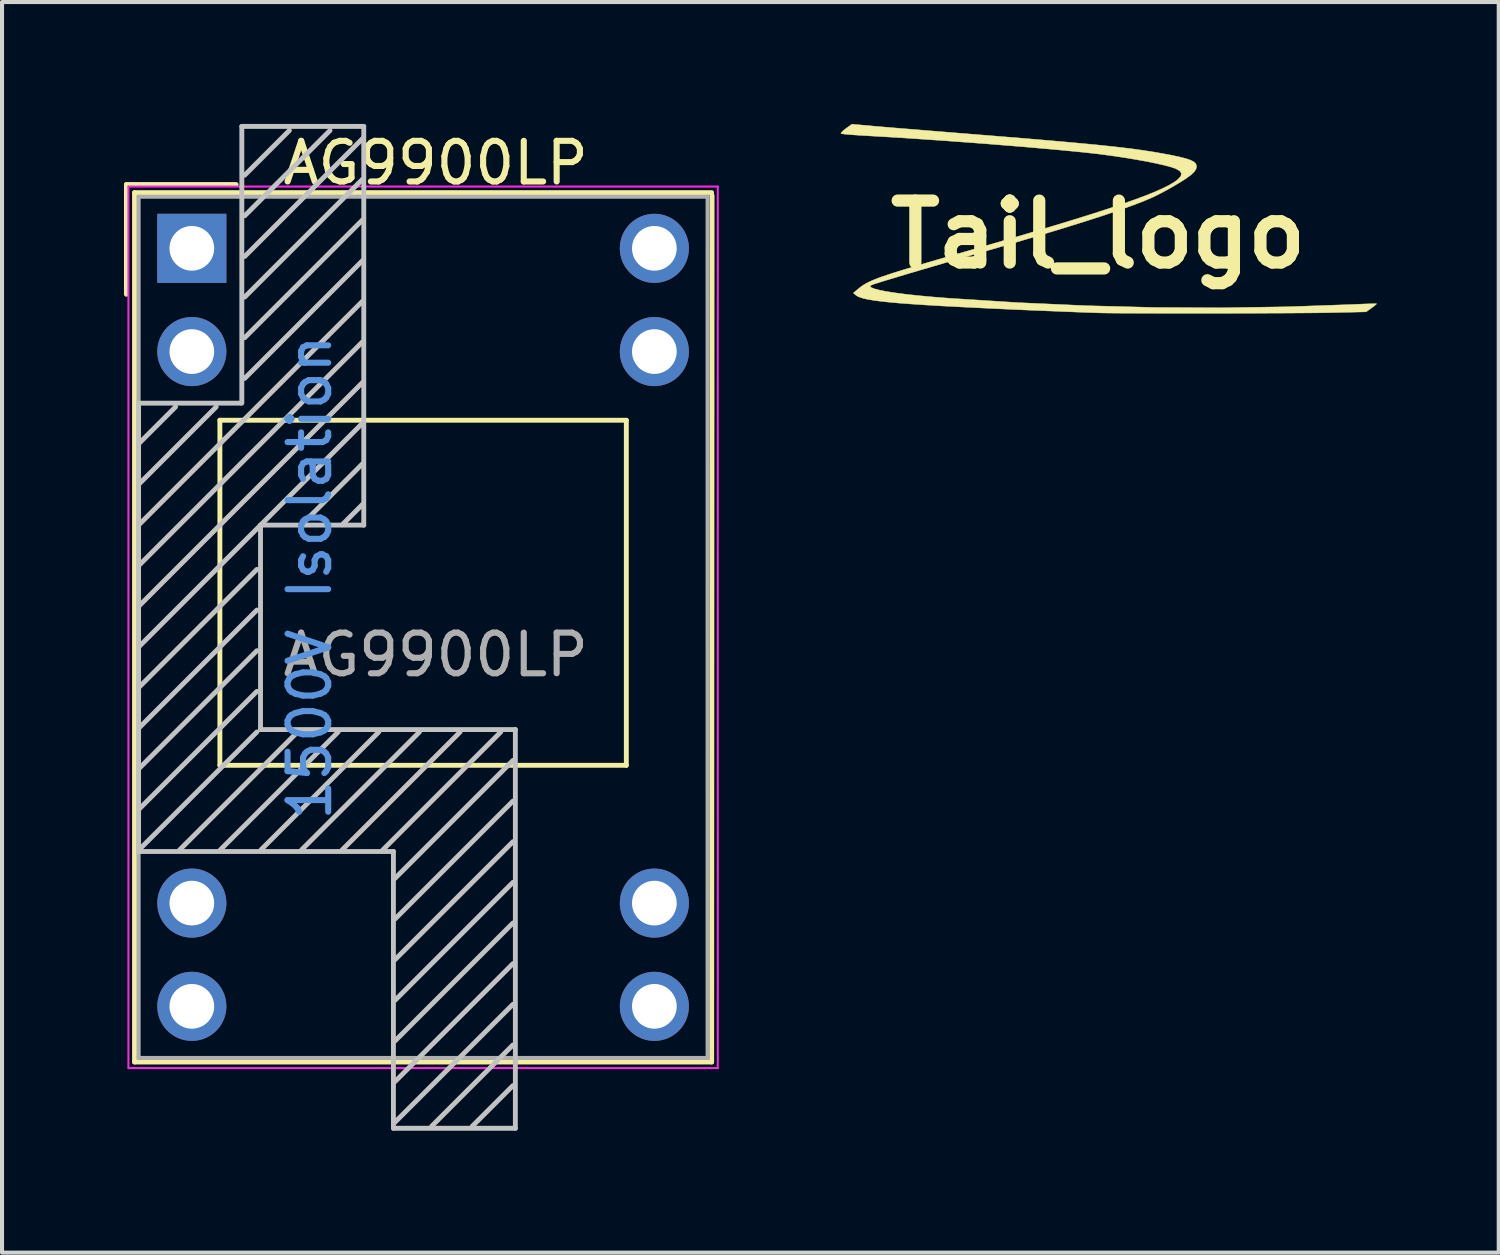
<source format=kicad_pcb>
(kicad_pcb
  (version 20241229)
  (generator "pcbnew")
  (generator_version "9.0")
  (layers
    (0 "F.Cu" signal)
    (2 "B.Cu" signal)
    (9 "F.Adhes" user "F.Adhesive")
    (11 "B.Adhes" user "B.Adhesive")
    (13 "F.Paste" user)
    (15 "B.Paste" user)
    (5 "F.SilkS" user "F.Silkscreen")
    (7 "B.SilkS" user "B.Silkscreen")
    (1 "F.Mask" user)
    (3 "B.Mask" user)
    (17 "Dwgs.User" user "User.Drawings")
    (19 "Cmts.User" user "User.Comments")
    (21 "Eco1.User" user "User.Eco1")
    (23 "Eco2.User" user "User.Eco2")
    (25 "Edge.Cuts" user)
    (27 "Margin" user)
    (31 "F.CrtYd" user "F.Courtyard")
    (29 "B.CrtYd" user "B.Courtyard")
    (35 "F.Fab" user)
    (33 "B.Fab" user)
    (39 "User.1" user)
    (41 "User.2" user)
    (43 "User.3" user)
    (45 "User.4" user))
  (footprint "AG9900LP"
    (layer "F.Cu")
    (at 1.67 3.06)
    (property "Reference" "AG9900LP" (at 6 -2.1 0) (layer "F.SilkS") (effects (font (size 1 1) (thickness 0.15))))
    (attr through_hole)
    (fp_line (start -1.61 -1.57) (end -1.61 1.13) (stroke (width 0.12) (type solid)) (layer "F.SilkS"))
    (fp_line (start -1.41 -1.37) (end -1.41 20.02) (stroke (width 0.12) (type solid)) (layer "F.SilkS"))
    (fp_line (start -1.41 -1.37) (end 12.79 -1.37) (stroke (width 0.12) (type solid)) (layer "F.SilkS"))
    (fp_line (start -1.41 20.02) (end 12.79 20.02) (stroke (width 0.12) (type solid)) (layer "F.SilkS"))
    (fp_line (start 0.69 4.23) (end 0.69 12.72) (stroke (width 0.12) (type solid)) (layer "F.SilkS"))
    (fp_line (start 0.69 4.23) (end 10.69 4.23) (stroke (width 0.12) (type solid)) (layer "F.SilkS"))
    (fp_line (start 0.69 12.72) (end 10.69 12.72) (stroke (width 0.12) (type solid)) (layer "F.SilkS"))
    (fp_line (start 1.09 -1.57) (end -1.61 -1.57) (stroke (width 0.12) (type solid)) (layer "F.SilkS"))
    (fp_line (start 10.69 4.23) (end 10.69 12.72) (stroke (width 0.12) (type solid)) (layer "F.SilkS"))
    (fp_line (start 12.79 20.02) (end 12.8 -1.3) (stroke (width 0.12) (type solid)) (layer "F.SilkS"))
    (fp_line (start -1.31 3.81) (end -1.31 14.84) (stroke (width 0.12) (type solid)) (layer "Dwgs.User"))
    (fp_line (start -1.31 14.84) (end 4.96 14.84) (stroke (width 0.12) (type solid)) (layer "Dwgs.User"))
    (fp_line (start -1.3 4.8) (end -0.4 3.9) (stroke (width 0.12) (type solid)) (layer "Dwgs.User"))
    (fp_line (start -1.3 5.8) (end 0.6 3.9) (stroke (width 0.12) (type solid)) (layer "Dwgs.User"))
    (fp_line (start -1.3 6.8) (end 4.2 1.3) (stroke (width 0.12) (type solid)) (layer "Dwgs.User"))
    (fp_line (start -1.3 7.8) (end 4.2 2.3) (stroke (width 0.12) (type solid)) (layer "Dwgs.User"))
    (fp_line (start -1.3 8.8) (end 4.2 3.3) (stroke (width 0.12) (type solid)) (layer "Dwgs.User"))
    (fp_line (start -1.3 9.8) (end 4.2 4.3) (stroke (width 0.12) (type solid)) (layer "Dwgs.User"))
    (fp_line (start -1.3 13.8) (end 1.6 10.9) (stroke (width 0.12) (type solid)) (layer "Dwgs.User"))
    (fp_line (start -1.3 14.8) (end 1.6 11.9) (stroke (width 0.12) (type solid)) (layer "Dwgs.User"))
    (fp_line (start -0.3 14.8) (end 2.6 11.9) (stroke (width 0.12) (type solid)) (layer "Dwgs.User"))
    (fp_line (start 0.7 14.8) (end 3.6 11.9) (stroke (width 0.12) (type solid)) (layer "Dwgs.User"))
    (fp_line (start 1.2 3.81) (end -1.31 3.81) (stroke (width 0.12) (type solid)) (layer "Dwgs.User"))
    (fp_line (start 1.23 -3) (end 1.23 3.81) (stroke (width 0.12) (type solid)) (layer "Dwgs.User"))
    (fp_line (start 1.23 -3) (end 4.23 -3) (stroke (width 0.12) (type solid)) (layer "Dwgs.User"))
    (fp_line (start 1.3 -1.8) (end 2.4 -2.9) (stroke (width 0.12) (type solid)) (layer "Dwgs.User"))
    (fp_line (start 1.3 -0.8) (end 3.4 -2.9) (stroke (width 0.12) (type solid)) (layer "Dwgs.User"))
    (fp_line (start 1.3 0.2) (end 4.2 -2.7) (stroke (width 0.12) (type solid)) (layer "Dwgs.User"))
    (fp_line (start 1.3 1.2) (end 4.2 -1.7) (stroke (width 0.12) (type solid)) (layer "Dwgs.User"))
    (fp_line (start 1.3 2.2) (end 4.2 -0.7) (stroke (width 0.12) (type solid)) (layer "Dwgs.User"))
    (fp_line (start 1.3 3.2) (end 4.2 0.3) (stroke (width 0.12) (type solid)) (layer "Dwgs.User"))
    (fp_line (start 1.6 7.9) (end -1.3 10.8) (stroke (width 0.12) (type solid)) (layer "Dwgs.User"))
    (fp_line (start 1.6 8.9) (end -1.3 11.8) (stroke (width 0.12) (type solid)) (layer "Dwgs.User"))
    (fp_line (start 1.6 9.9) (end -1.3 12.8) (stroke (width 0.12) (type solid)) (layer "Dwgs.User"))
    (fp_line (start 1.69 6.81) (end 4.23 6.81) (stroke (width 0.12) (type solid)) (layer "Dwgs.User"))
    (fp_line (start 1.69 11.84) (end 1.69 6.81) (stroke (width 0.12) (type solid)) (layer "Dwgs.User"))
    (fp_line (start 1.7 14.8) (end 4.6 11.9) (stroke (width 0.12) (type solid)) (layer "Dwgs.User"))
    (fp_line (start 2.7 14.8) (end 5.6 11.9) (stroke (width 0.12) (type solid)) (layer "Dwgs.User"))
    (fp_line (start 3.7 14.8) (end 6.6 11.9) (stroke (width 0.12) (type solid)) (layer "Dwgs.User"))
    (fp_line (start 4.2 5.3) (end 2.7 6.8) (stroke (width 0.12) (type solid)) (layer "Dwgs.User"))
    (fp_line (start 4.2 6.3) (end 3.7 6.8) (stroke (width 0.12) (type solid)) (layer "Dwgs.User"))
    (fp_line (start 4.23 -3) (end 4.23 6.81) (stroke (width 0.12) (type solid)) (layer "Dwgs.User"))
    (fp_line (start 4.7 14.8) (end 7.6 11.9) (stroke (width 0.12) (type solid)) (layer "Dwgs.User"))
    (fp_line (start 4.96 14.84) (end 4.96 21.65) (stroke (width 0.12) (type solid)) (layer "Dwgs.User"))
    (fp_line (start 4.96 21.65) (end 7.96 21.65) (stroke (width 0.12) (type solid)) (layer "Dwgs.User"))
    (fp_line (start 5 16.5) (end 7.9 13.6) (stroke (width 0.12) (type solid)) (layer "Dwgs.User"))
    (fp_line (start 5 17.5) (end 7.9 14.6) (stroke (width 0.12) (type solid)) (layer "Dwgs.User"))
    (fp_line (start 5 18.5) (end 7.9 15.6) (stroke (width 0.12) (type solid)) (layer "Dwgs.User"))
    (fp_line (start 5 19.5) (end 7.9 16.6) (stroke (width 0.12) (type solid)) (layer "Dwgs.User"))
    (fp_line (start 5 20.5) (end 7.9 17.6) (stroke (width 0.12) (type solid)) (layer "Dwgs.User"))
    (fp_line (start 5 21.5) (end 7.9 18.6) (stroke (width 0.12) (type solid)) (layer "Dwgs.User"))
    (fp_line (start 5.9 21.6) (end 7.9 19.6) (stroke (width 0.12) (type solid)) (layer "Dwgs.User"))
    (fp_line (start 6.9 21.6) (end 7.9 20.6) (stroke (width 0.12) (type solid)) (layer "Dwgs.User"))
    (fp_line (start 7.9 12.6) (end 5 15.5) (stroke (width 0.12) (type solid)) (layer "Dwgs.User"))
    (fp_line (start 7.96 11.84) (end 1.69 11.84) (stroke (width 0.12) (type solid)) (layer "Dwgs.User"))
    (fp_line (start 7.96 21.65) (end 7.96 11.84) (stroke (width 0.12) (type solid)) (layer "Dwgs.User"))
    (fp_line (start -1.56 -1.52) (end -1.56 20.17) (stroke (width 0.05) (type solid)) (layer "F.CrtYd"))
    (fp_line (start -1.56 -1.52) (end 12.94 -1.52) (stroke (width 0.05) (type solid)) (layer "F.CrtYd"))
    (fp_line (start -1.56 20.17) (end 12.94 20.17) (stroke (width 0.05) (type solid)) (layer "F.CrtYd"))
    (fp_line (start 12.94 -1.52) (end 12.94 20.17) (stroke (width 0.05) (type solid)) (layer "F.CrtYd"))
    (fp_line (start -1.31 -1.27) (end -1.31 19.92) (stroke (width 0.1) (type solid)) (layer "F.Fab"))
    (fp_line (start -1.31 -1.27) (end 12.69 -1.27) (stroke (width 0.1) (type solid)) (layer "F.Fab"))
    (fp_line (start -1.31 19.92) (end 12.69 19.92) (stroke (width 0.1) (type solid)) (layer "F.Fab"))
    (fp_line (start 12.69 19.92) (end 12.69 -1.27) (stroke (width 0.1) (type solid)) (layer "F.Fab"))
    (fp_text user "1500V Isolation" (at 2.9 8.1 90) (layer "Cmts.User") (effects (font (size 1 1) (thickness 0.15))))
    (fp_text user "${REFERENCE}" (at 6 10 0) (layer "F.Fab") (effects (font (size 1 1) (thickness 0.15))))
    (pad "1" thru_hole rect (at 0 0) (size 1.7 1.7) (drill 1.1) (layers "*.Cu" "*.Mask"))
    (pad "2" thru_hole circle (at 0 2.54) (size 1.7 1.7) (drill 1.1) (layers "*.Cu" "*.Mask"))
    (pad "3" thru_hole circle (at 0 16.11) (size 1.7 1.7) (drill 1.1) (layers "*.Cu" "*.Mask"))
    (pad "4" thru_hole circle (at 0 18.65) (size 1.7 1.7) (drill 1.1) (layers "*.Cu" "*.Mask"))
    (pad "5" thru_hole circle (at 11.38 18.65) (size 1.7 1.7) (drill 1.1) (layers "*.Cu" "*.Mask"))
    (pad "6" thru_hole circle (at 11.38 16.11) (size 1.7 1.7) (drill 1.1) (layers "*.Cu" "*.Mask"))
    (pad "7" thru_hole circle (at 11.38 2.54) (size 1.7 1.7) (drill 1.1) (layers "*.Cu" "*.Mask"))
    (pad "8" thru_hole circle (at 11.38 0) (size 1.7 1.7) (drill 1.1) (layers "*.Cu" "*.Mask")))
  (footprint "Tail_logo"
    (layer "F.Cu")
    (at 23.971 2.72)
    (property "Reference" "Tail_logo" (at 0 0 0) (layer "F.SilkS") (effects (font (size 1.524 1.524) (thickness 0.3))))
    (attr through_hole)
    (fp_poly (pts (xy -5.549 -2.669) (xy -5.422 -2.658) (xy -5.246 -2.643) (xy -5.029 -2.625) (xy -4.777 -2.604) (xy -4.499 -2.582) (xy -4.201 -2.557) (xy -3.892 -2.532) (xy -3.578 -2.507) (xy -3.443 -2.496) (xy -2.859 -2.449) (xy -2.329 -2.406) (xy -1.847 -2.367) (xy -1.411 -2.33) (xy -1.018 -2.296) (xy -0.664 -2.265) (xy -0.344 -2.235) (xy -0.057 -2.208) (xy 0.202 -2.181) (xy 0.436 -2.156) (xy 0.649 -2.131) (xy 0.843 -2.107) (xy 1.024 -2.082) (xy 1.193 -2.057) (xy 1.355 -2.032) (xy 1.51 -2.005) (xy 1.773 -1.957) (xy 1.984 -1.913) (xy 2.147 -1.872) (xy 2.267 -1.832) (xy 2.349 -1.791) (xy 2.395 -1.75) (xy 2.405 -1.734) (xy 2.42 -1.672) (xy 2.406 -1.609) (xy 2.36 -1.541) (xy 2.277 -1.463) (xy 2.153 -1.373) (xy 1.984 -1.267) (xy 1.82 -1.17) (xy 1.682 -1.092) (xy 1.536 -1.014) (xy 1.403 -0.947) (xy 1.336 -0.915) (xy 1.129 -0.826) (xy 0.867 -0.725) (xy 0.551 -0.612) (xy 0.18 -0.486) (xy -0.243 -0.349) (xy -0.721 -0.199) (xy -1.251 -0.037) (xy -1.834 0.136) (xy -2.47 0.322) (xy -2.822 0.423) (xy -3.135 0.513) (xy -3.457 0.606) (xy -3.781 0.7) (xy -4.1 0.794) (xy -4.407 0.884) (xy -4.695 0.969) (xy -4.956 1.048) (xy -5.184 1.116) (xy -5.372 1.174) (xy -5.51 1.217) (xy -5.577 1.243) (xy -5.614 1.266) (xy -5.616 1.27) (xy -5.589 1.302) (xy -5.508 1.335) (xy -5.377 1.369) (xy -5.199 1.404) (xy -4.978 1.438) (xy -4.716 1.472) (xy -4.417 1.504) (xy -4.084 1.535) (xy -3.72 1.564) (xy -3.711 1.565) (xy -1.984 1.675) (xy -0.294 1.751) (xy 1.368 1.794) (xy 3.011 1.803) (xy 4.643 1.778) (xy 6.235 1.722) (xy 6.414 1.714) (xy 6.572 1.708) (xy 6.702 1.704) (xy 6.796 1.702) (xy 6.844 1.702) (xy 6.849 1.703) (xy 6.833 1.723) (xy 6.782 1.765) (xy 6.725 1.807) (xy 6.592 1.903) (xy 5.674 1.923) (xy 5.522 1.926) (xy 5.324 1.928) (xy 5.085 1.93) (xy 4.81 1.932) (xy 4.506 1.934) (xy 4.178 1.935) (xy 3.83 1.937) (xy 3.469 1.938) (xy 3.099 1.939) (xy 2.727 1.939) (xy 2.357 1.939) (xy 1.996 1.939) (xy 1.647 1.939) (xy 1.318 1.938) (xy 1.012 1.937) (xy 0.737 1.936) (xy 0.496 1.935) (xy 0.296 1.933) (xy 0.142 1.931) (xy 0.042 1.929) (xy -0.329 1.916) (xy -0.743 1.9) (xy -1.188 1.882) (xy -1.651 1.863) (xy -2.12 1.843) (xy -2.58 1.821) (xy -2.921 1.805) (xy -3.415 1.78) (xy -3.854 1.757) (xy -4.244 1.734) (xy -4.585 1.711) (xy -4.881 1.689) (xy -5.136 1.666) (xy -5.351 1.643) (xy -5.529 1.619) (xy -5.674 1.595) (xy -5.788 1.569) (xy -5.875 1.541) (xy -5.936 1.512) (xy -5.962 1.493) (xy -6.025 1.439) (xy -5.941 1.367) (xy -5.887 1.323) (xy -5.833 1.281) (xy -5.776 1.242) (xy -5.712 1.204) (xy -5.638 1.166) (xy -5.549 1.126) (xy -5.444 1.083) (xy -5.317 1.037) (xy -5.166 0.986) (xy -4.987 0.928) (xy -4.778 0.863) (xy -4.533 0.789) (xy -4.25 0.705) (xy -3.925 0.61) (xy -3.556 0.503) (xy -3.137 0.383) (xy -2.85 0.3) (xy -2.206 0.114) (xy -1.614 -0.06) (xy -1.074 -0.221) (xy -0.583 -0.371) (xy -0.141 -0.509) (xy 0.255 -0.637) (xy 0.607 -0.756) (xy 0.916 -0.865) (xy 1.184 -0.965) (xy 1.412 -1.057) (xy 1.602 -1.143) (xy 1.756 -1.221) (xy 1.876 -1.293) (xy 1.964 -1.359) (xy 2.02 -1.421) (xy 2.034 -1.442) (xy 2.046 -1.507) (xy 2.005 -1.565) (xy 1.911 -1.619) (xy 1.906 -1.621) (xy 1.792 -1.66) (xy 1.63 -1.703) (xy 1.428 -1.749) (xy 1.193 -1.797) (xy 0.933 -1.844) (xy 0.656 -1.89) (xy 0.369 -1.933) (xy 0.081 -1.972) (xy -0.042 -1.987) (xy -0.319 -2.018) (xy -0.646 -2.051) (xy -1.016 -2.086) (xy -1.422 -2.122) (xy -1.858 -2.16) (xy -2.316 -2.197) (xy -2.791 -2.235) (xy -3.275 -2.271) (xy -3.762 -2.307) (xy -4.245 -2.34) (xy -4.718 -2.372) (xy -5.173 -2.4) (xy -5.604 -2.425) (xy -5.687 -2.43) (xy -5.869 -2.441) (xy -6.032 -2.452) (xy -6.167 -2.463) (xy -6.267 -2.473) (xy -6.322 -2.481) (xy -6.331 -2.484) (xy -6.322 -2.509) (xy -6.276 -2.555) (xy -6.207 -2.609) (xy -6.06 -2.715) (xy -5.549 -2.669)) (stroke (width 0.01) (type solid)) (fill yes) (layer "F.SilkS")))
  (gr_rect
    (start -3 -3)
    (end 33.825 27.77)
    (stroke (width 0.1) (type default))
    (fill no)
    (layer "Edge.Cuts")))
</source>
